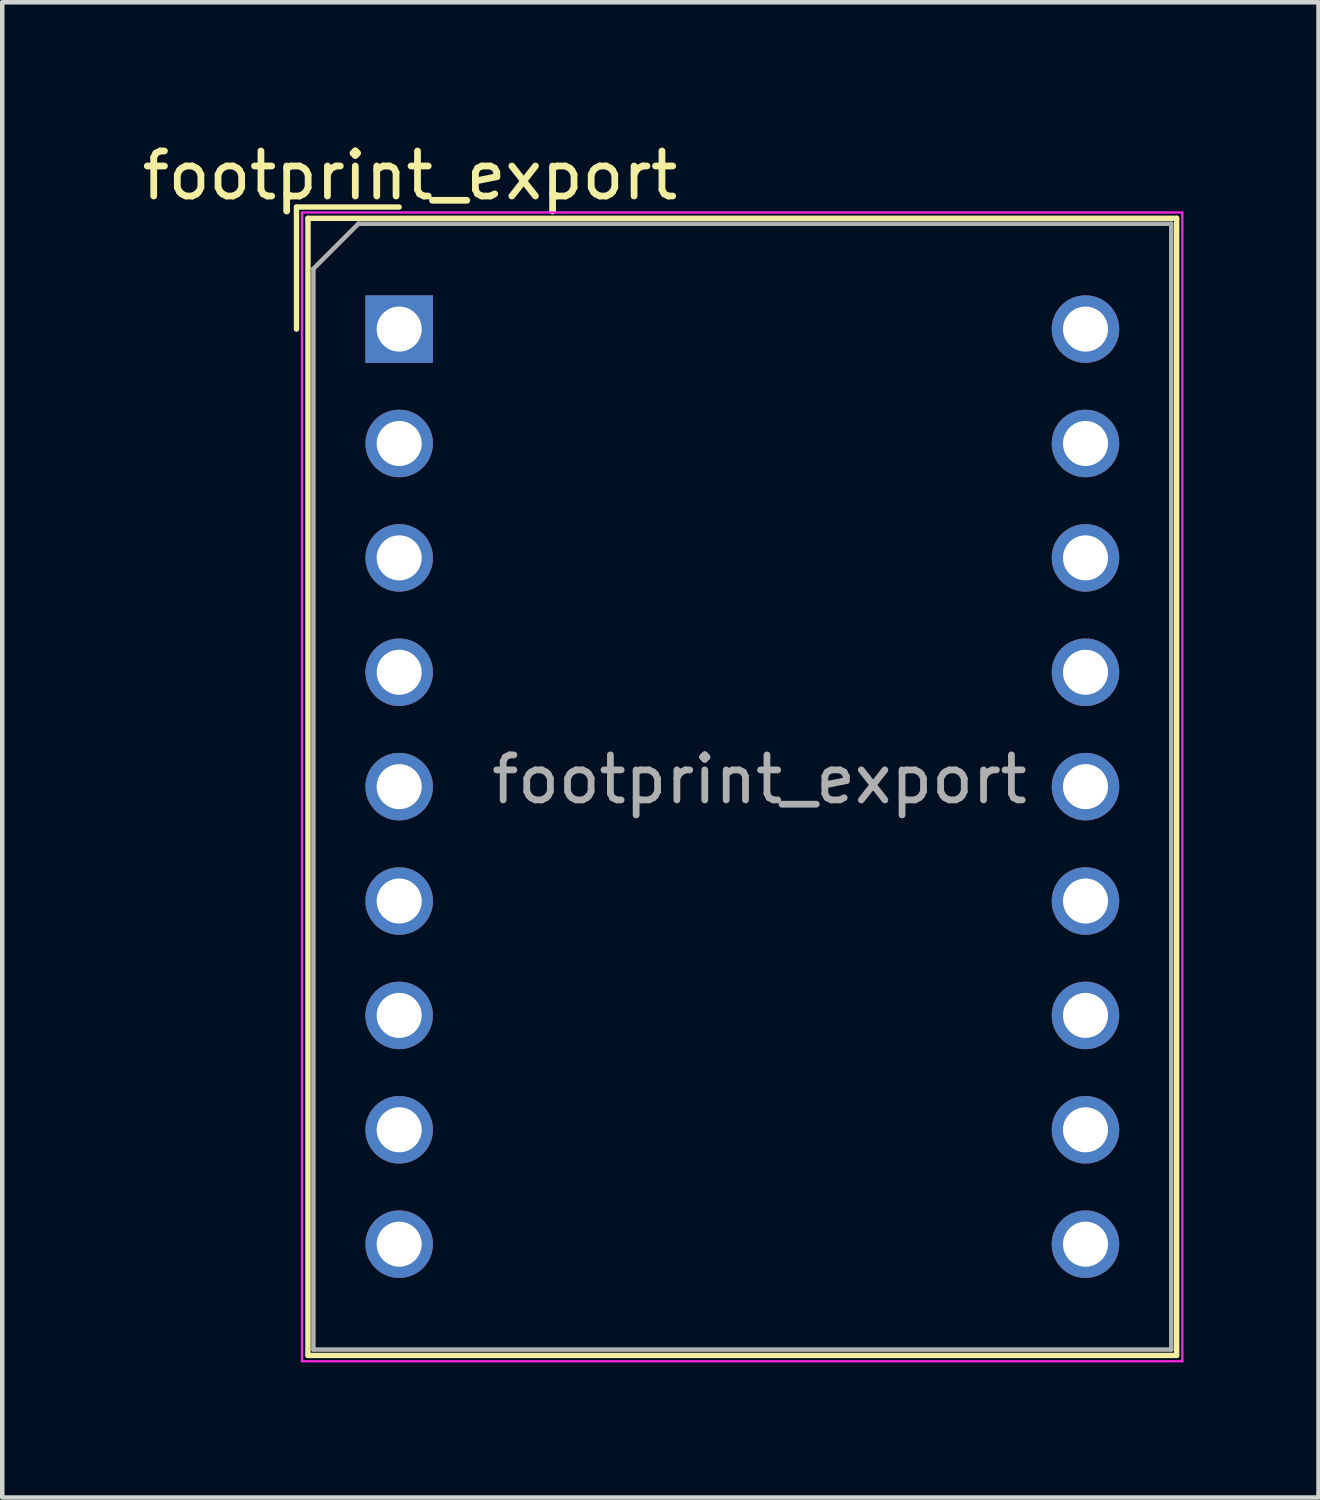
<source format=kicad_pcb>
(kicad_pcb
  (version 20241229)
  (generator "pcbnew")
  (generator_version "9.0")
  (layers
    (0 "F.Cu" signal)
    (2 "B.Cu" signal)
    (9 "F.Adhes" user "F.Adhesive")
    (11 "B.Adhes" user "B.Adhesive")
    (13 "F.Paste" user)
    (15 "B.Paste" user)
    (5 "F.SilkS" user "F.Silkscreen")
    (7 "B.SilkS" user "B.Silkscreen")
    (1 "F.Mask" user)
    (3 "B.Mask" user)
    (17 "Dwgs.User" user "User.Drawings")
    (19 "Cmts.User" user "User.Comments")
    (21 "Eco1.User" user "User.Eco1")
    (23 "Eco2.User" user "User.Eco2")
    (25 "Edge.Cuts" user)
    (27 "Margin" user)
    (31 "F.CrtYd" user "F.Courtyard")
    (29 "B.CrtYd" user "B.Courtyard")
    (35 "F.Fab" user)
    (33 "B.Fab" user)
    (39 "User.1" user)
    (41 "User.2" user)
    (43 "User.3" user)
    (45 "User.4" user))
  (footprint "footprint_export"
    (layer "F.Cu")
    (at 5.814 4.258)
    (property "Reference" "footprint_export" (at 0.24 -3.41 0) (layer "F.SilkS") (effects (font (size 1 1) (thickness 0.15))))
    (attr through_hole)
    (fp_line (start -2.28 -2.71) (end -2.28 0) (stroke (width 0.12) (type solid)) (layer "F.SilkS"))
    (fp_line (start -2.28 -2.71) (end 0 -2.71) (stroke (width 0.12) (type solid)) (layer "F.SilkS"))
    (fp_line (start -2.025 -2.46) (end 17.265 -2.46) (stroke (width 0.12) (type solid)) (layer "F.SilkS"))
    (fp_line (start -2.025 22.79) (end -2.025 -2.46) (stroke (width 0.12) (type solid)) (layer "F.SilkS"))
    (fp_line (start 17.265 -2.46) (end 17.265 22.79) (stroke (width 0.12) (type solid)) (layer "F.SilkS"))
    (fp_line (start 17.265 22.79) (end -2.025 22.79) (stroke (width 0.12) (type solid)) (layer "F.SilkS"))
    (fp_line (start -2.16 -2.59) (end 17.39 -2.59) (stroke (width 0.05) (type solid)) (layer "F.CrtYd"))
    (fp_line (start -2.16 22.92) (end -2.16 -2.59) (stroke (width 0.05) (type solid)) (layer "F.CrtYd"))
    (fp_line (start 17.39 -2.59) (end 17.39 22.92) (stroke (width 0.05) (type solid)) (layer "F.CrtYd"))
    (fp_line (start 17.39 22.92) (end -2.16 22.92) (stroke (width 0.05) (type solid)) (layer "F.CrtYd"))
    (fp_line (start -1.905 -1.34) (end -0.905 -2.34) (stroke (width 0.1) (type solid)) (layer "F.Fab"))
    (fp_line (start -1.905 22.66) (end -1.905 -1.34) (stroke (width 0.1) (type solid)) (layer "F.Fab"))
    (fp_line (start -0.905 -2.34) (end 17.145 -2.34) (stroke (width 0.1) (type solid)) (layer "F.Fab"))
    (fp_line (start 17.145 -2.34) (end 17.145 22.66) (stroke (width 0.1) (type solid)) (layer "F.Fab"))
    (fp_line (start 17.145 22.66) (end -1.905 22.66) (stroke (width 0.1) (type solid)) (layer "F.Fab"))
    (fp_text user "${REFERENCE}" (at 8 10 0) (layer "F.Fab") (effects (font (size 1 1) (thickness 0.15))))
    (pad "1" thru_hole rect (at 0 0) (size 1.5 1.5) (drill 1) (layers "*.Cu" "*.Mask"))
    (pad "2" thru_hole circle (at 0 2.54) (size 1.5 1.5) (drill 1) (layers "*.Cu" "*.Mask"))
    (pad "3" thru_hole circle (at 0 5.08) (size 1.5 1.5) (drill 1) (layers "*.Cu" "*.Mask"))
    (pad "4" thru_hole circle (at 0 7.62) (size 1.5 1.5) (drill 1) (layers "*.Cu" "*.Mask"))
    (pad "5" thru_hole circle (at 0 10.16) (size 1.5 1.5) (drill 1) (layers "*.Cu" "*.Mask"))
    (pad "6" thru_hole circle (at 0 12.7) (size 1.5 1.5) (drill 1) (layers "*.Cu" "*.Mask"))
    (pad "7" thru_hole circle (at 0 15.24) (size 1.5 1.5) (drill 1) (layers "*.Cu" "*.Mask"))
    (pad "8" thru_hole circle (at 0 17.78) (size 1.5 1.5) (drill 1) (layers "*.Cu" "*.Mask"))
    (pad "9" thru_hole circle (at 0 20.32) (size 1.5 1.5) (drill 1) (layers "*.Cu" "*.Mask"))
    (pad "10" thru_hole circle (at 15.24 20.32) (size 1.5 1.5) (drill 1) (layers "*.Cu" "*.Mask"))
    (pad "11" thru_hole circle (at 15.24 17.78) (size 1.5 1.5) (drill 1) (layers "*.Cu" "*.Mask"))
    (pad "12" thru_hole circle (at 15.24 15.24) (size 1.5 1.5) (drill 1) (layers "*.Cu" "*.Mask"))
    (pad "13" thru_hole circle (at 15.24 12.7) (size 1.5 1.5) (drill 1) (layers "*.Cu" "*.Mask"))
    (pad "14" thru_hole circle (at 15.24 10.16) (size 1.5 1.5) (drill 1) (layers "*.Cu" "*.Mask"))
    (pad "15" thru_hole circle (at 15.24 7.62) (size 1.5 1.5) (drill 1) (layers "*.Cu" "*.Mask"))
    (pad "16" thru_hole circle (at 15.24 5.08) (size 1.5 1.5) (drill 1) (layers "*.Cu" "*.Mask"))
    (pad "17" thru_hole circle (at 15.24 2.54) (size 1.5 1.5) (drill 1) (layers "*.Cu" "*.Mask"))
    (pad "18" thru_hole circle (at 15.24 0) (size 1.5 1.5) (drill 1) (layers "*.Cu" "*.Mask")))
  (gr_rect
    (start -3 -3)
    (end 26.229 30.203)
    (stroke (width 0.1) (type default))
    (fill no)
    (layer "Edge.Cuts")))
</source>
